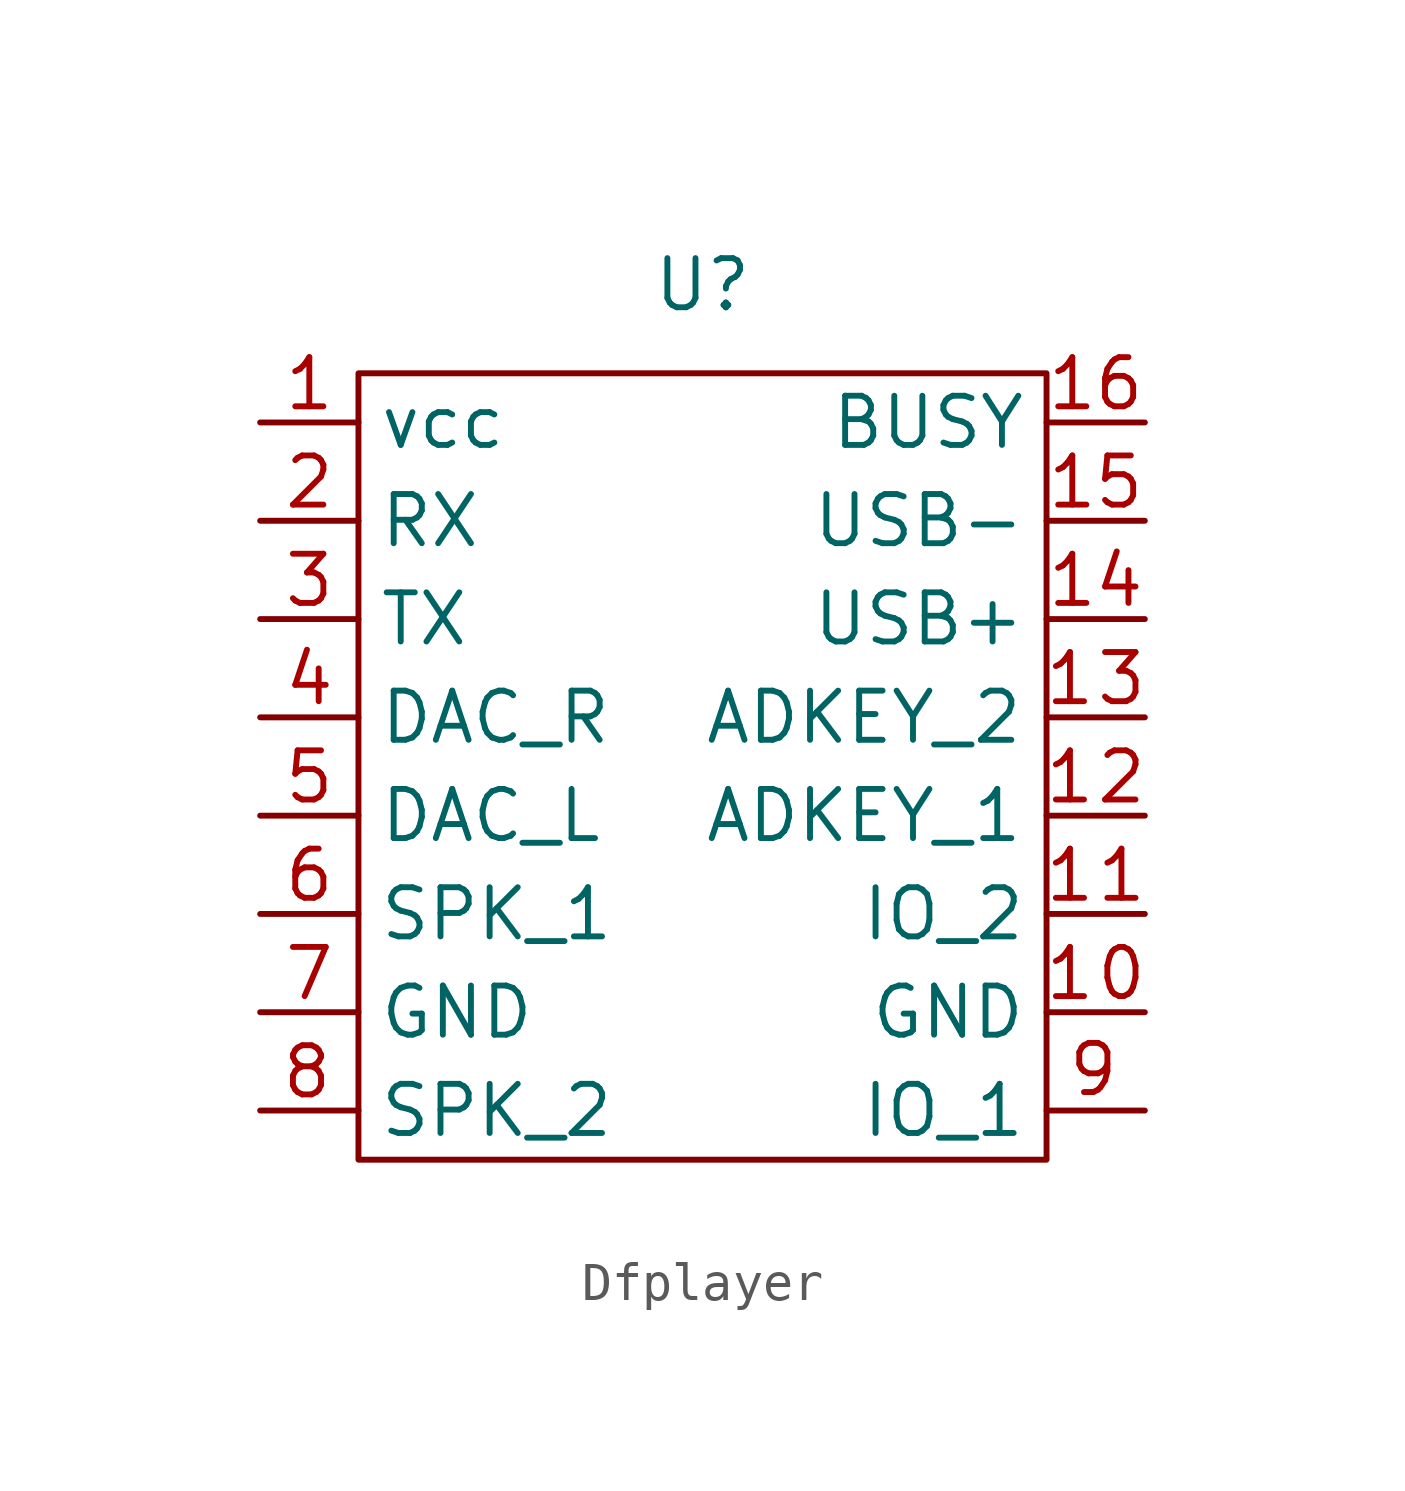
<source format=kicad_sym>
(kicad_symbol_lib
  (version 20241209)
  (generator "kicad_symbol_editor")
  (generator_version "9.0")
  (symbol "Dfplayer"
    (property "Reference" "U"
      (at 0 12.446 0)
      (effects (font (size 1.27 1.27))))
    (property "Value" ""
      (at 0 0 0)
      (effects (font (size 1.27 1.27))))
    (symbol "Dfplayer_0_1"
      (rectangle (start -8.89 10.16) (end 8.89 -10.16) (stroke (width 0) (type default)) (fill (type none))))
    (symbol "Dfplayer_1_1"
      (pin input line (at -11.43 8.89 0) (length 2.54) (name "vcc" (effects (font (size 1.27 1.27)))) (number "1" (effects (font (size 1.27 1.27)))))
      (pin input line (at -11.43 6.35 0) (length 2.54) (name "RX" (effects (font (size 1.27 1.27)))) (number "2" (effects (font (size 1.27 1.27)))))
      (pin input line (at -11.43 3.81 0) (length 2.54) (name "TX" (effects (font (size 1.27 1.27)))) (number "３" (effects (font (size 1.27 1.27)))))
      (pin input line (at -11.43 1.27 0) (length 2.54) (name "DAC_R" (effects (font (size 1.27 1.27)))) (number "4" (effects (font (size 1.27 1.27)))))
      (pin input line (at -11.43 -1.27 0) (length 2.54) (name "DAC_L" (effects (font (size 1.27 1.27)))) (number "５" (effects (font (size 1.27 1.27)))))
      (pin input line (at -11.43 -3.81 0) (length 2.54) (name "SPK_1" (effects (font (size 1.27 1.27)))) (number "６" (effects (font (size 1.27 1.27)))))
      (pin input line (at -11.43 -6.35 0) (length 2.54) (name "GND" (effects (font (size 1.27 1.27)))) (number "７" (effects (font (size 1.27 1.27)))))
      (pin input line (at -11.43 -8.89 0) (length 2.54) (name "SPK_2" (effects (font (size 1.27 1.27)))) (number "８" (effects (font (size 1.27 1.27)))))
      (pin input line (at 11.43 8.89 180) (length 2.54) (name "BUSY" (effects (font (size 1.27 1.27)))) (number "16" (effects (font (size 1.27 1.27)))))
      (pin input line (at 11.43 6.35 180) (length 2.54) (name "USB-" (effects (font (size 1.27 1.27)))) (number "15" (effects (font (size 1.27 1.27)))))
      (pin input line (at 11.43 3.81 180) (length 2.54) (name "USB+" (effects (font (size 1.27 1.27)))) (number "14" (effects (font (size 1.27 1.27)))))
      (pin input line (at 11.43 1.27 180) (length 2.54) (name "ADKEY_２" (effects (font (size 1.27 1.27)))) (number "１３" (effects (font (size 1.27 1.27)))))
      (pin input line (at 11.43 -1.27 180) (length 2.54) (name "ADKEY_１" (effects (font (size 1.27 1.27)))) (number "１２" (effects (font (size 1.27 1.27)))))
      (pin input line (at 11.43 -3.81 180) (length 2.54) (name "IO_2" (effects (font (size 1.27 1.27)))) (number "１１" (effects (font (size 1.27 1.27)))))
      (pin input line (at 11.43 -6.35 180) (length 2.54) (name "GND" (effects (font (size 1.27 1.27)))) (number "１０" (effects (font (size 1.27 1.27)))))
      (pin input line (at 11.43 -8.89 180) (length 2.54) (name "IO_1" (effects (font (size 1.27 1.27)))) (number "９" (effects (font (size 1.27 1.27))))))))
</source>
